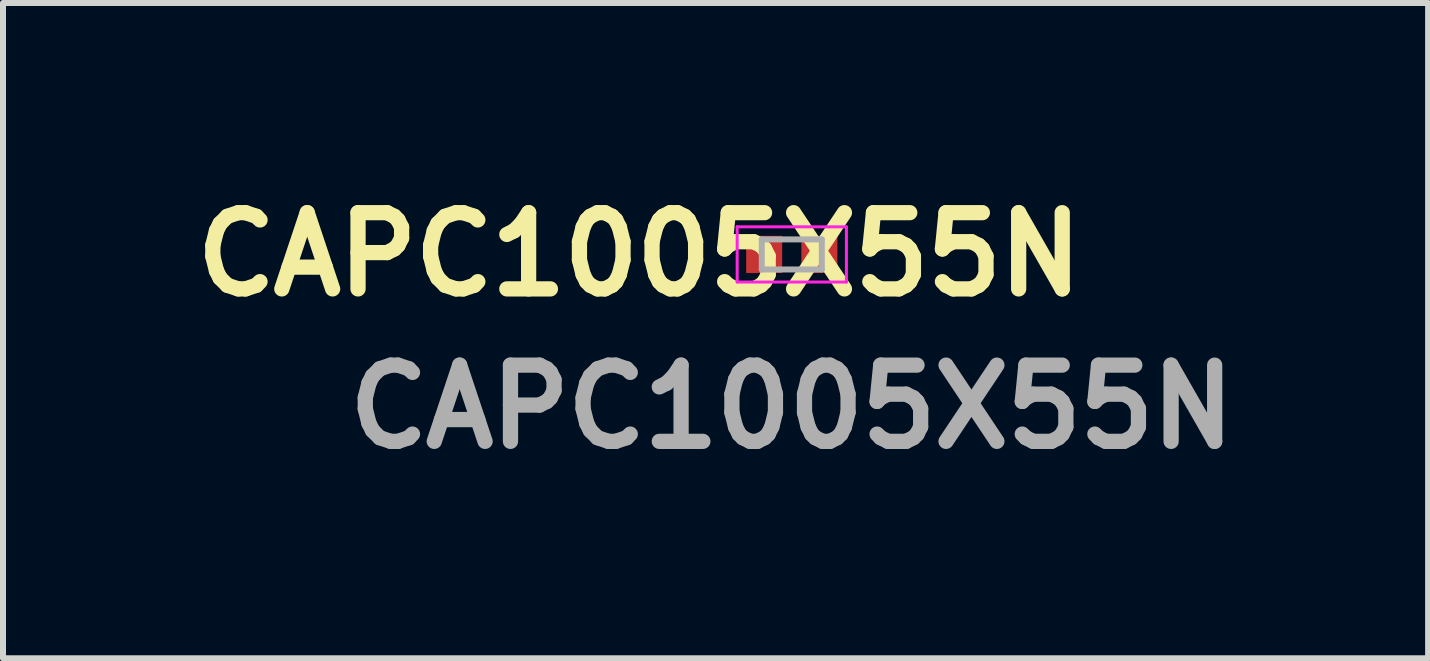
<source format=kicad_pcb>
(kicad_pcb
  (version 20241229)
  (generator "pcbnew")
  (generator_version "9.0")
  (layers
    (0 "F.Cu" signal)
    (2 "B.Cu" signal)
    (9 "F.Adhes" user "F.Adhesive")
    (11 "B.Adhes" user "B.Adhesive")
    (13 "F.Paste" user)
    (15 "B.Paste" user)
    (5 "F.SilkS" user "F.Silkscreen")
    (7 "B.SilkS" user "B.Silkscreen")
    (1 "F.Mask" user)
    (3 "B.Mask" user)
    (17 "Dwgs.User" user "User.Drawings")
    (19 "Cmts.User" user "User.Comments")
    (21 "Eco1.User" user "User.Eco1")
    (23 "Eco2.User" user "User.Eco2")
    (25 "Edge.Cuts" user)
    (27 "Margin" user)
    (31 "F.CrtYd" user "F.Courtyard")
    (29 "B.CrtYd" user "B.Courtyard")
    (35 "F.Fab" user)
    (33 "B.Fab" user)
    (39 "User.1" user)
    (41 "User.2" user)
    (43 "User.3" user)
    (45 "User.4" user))
  (footprint "CAPC1005X55N"
    (layer "F.Cu")
    (at 10.142 1.189)
    (property "Reference" "CAPC1005X55N" (at -2.54 0 0) (layer "F.SilkS") (effects (font (size 1.27 1.27) (thickness 0.254))))
    (attr smd)
    (fp_line (start -0.91 -0.46) (end 0.91 -0.46) (stroke (width 0.05) (type solid)) (layer "F.CrtYd"))
    (fp_line (start -0.91 0.46) (end -0.91 -0.46) (stroke (width 0.05) (type solid)) (layer "F.CrtYd"))
    (fp_line (start 0.91 -0.46) (end 0.91 0.46) (stroke (width 0.05) (type solid)) (layer "F.CrtYd"))
    (fp_line (start 0.91 0.46) (end -0.91 0.46) (stroke (width 0.05) (type solid)) (layer "F.CrtYd"))
    (fp_line (start -0.5 -0.25) (end 0.5 -0.25) (stroke (width 0.1) (type solid)) (layer "F.Fab"))
    (fp_line (start -0.5 0.25) (end -0.5 -0.25) (stroke (width 0.1) (type solid)) (layer "F.Fab"))
    (fp_line (start 0.5 -0.25) (end 0.5 0.25) (stroke (width 0.1) (type solid)) (layer "F.Fab"))
    (fp_line (start 0.5 0.25) (end -0.5 0.25) (stroke (width 0.1) (type solid)) (layer "F.Fab"))
    (fp_text user "${REFERENCE}" (at 0 2.54 0) (layer "F.Fab") (effects (font (size 1.27 1.27) (thickness 0.254))))
    (pad "1" smd rect (at -0.46 0) (size 0.6 0.62) (layers "F.Cu" "F.Mask" "F.Paste"))
    (pad "2" smd rect (at 0.46 0) (size 0.6 0.62) (layers "F.Cu" "F.Mask" "F.Paste")))
  (gr_rect
    (start -3 -3)
    (end 20.744 7.917)
    (stroke (width 0.1) (type default))
    (fill no)
    (layer "Edge.Cuts")))
</source>
